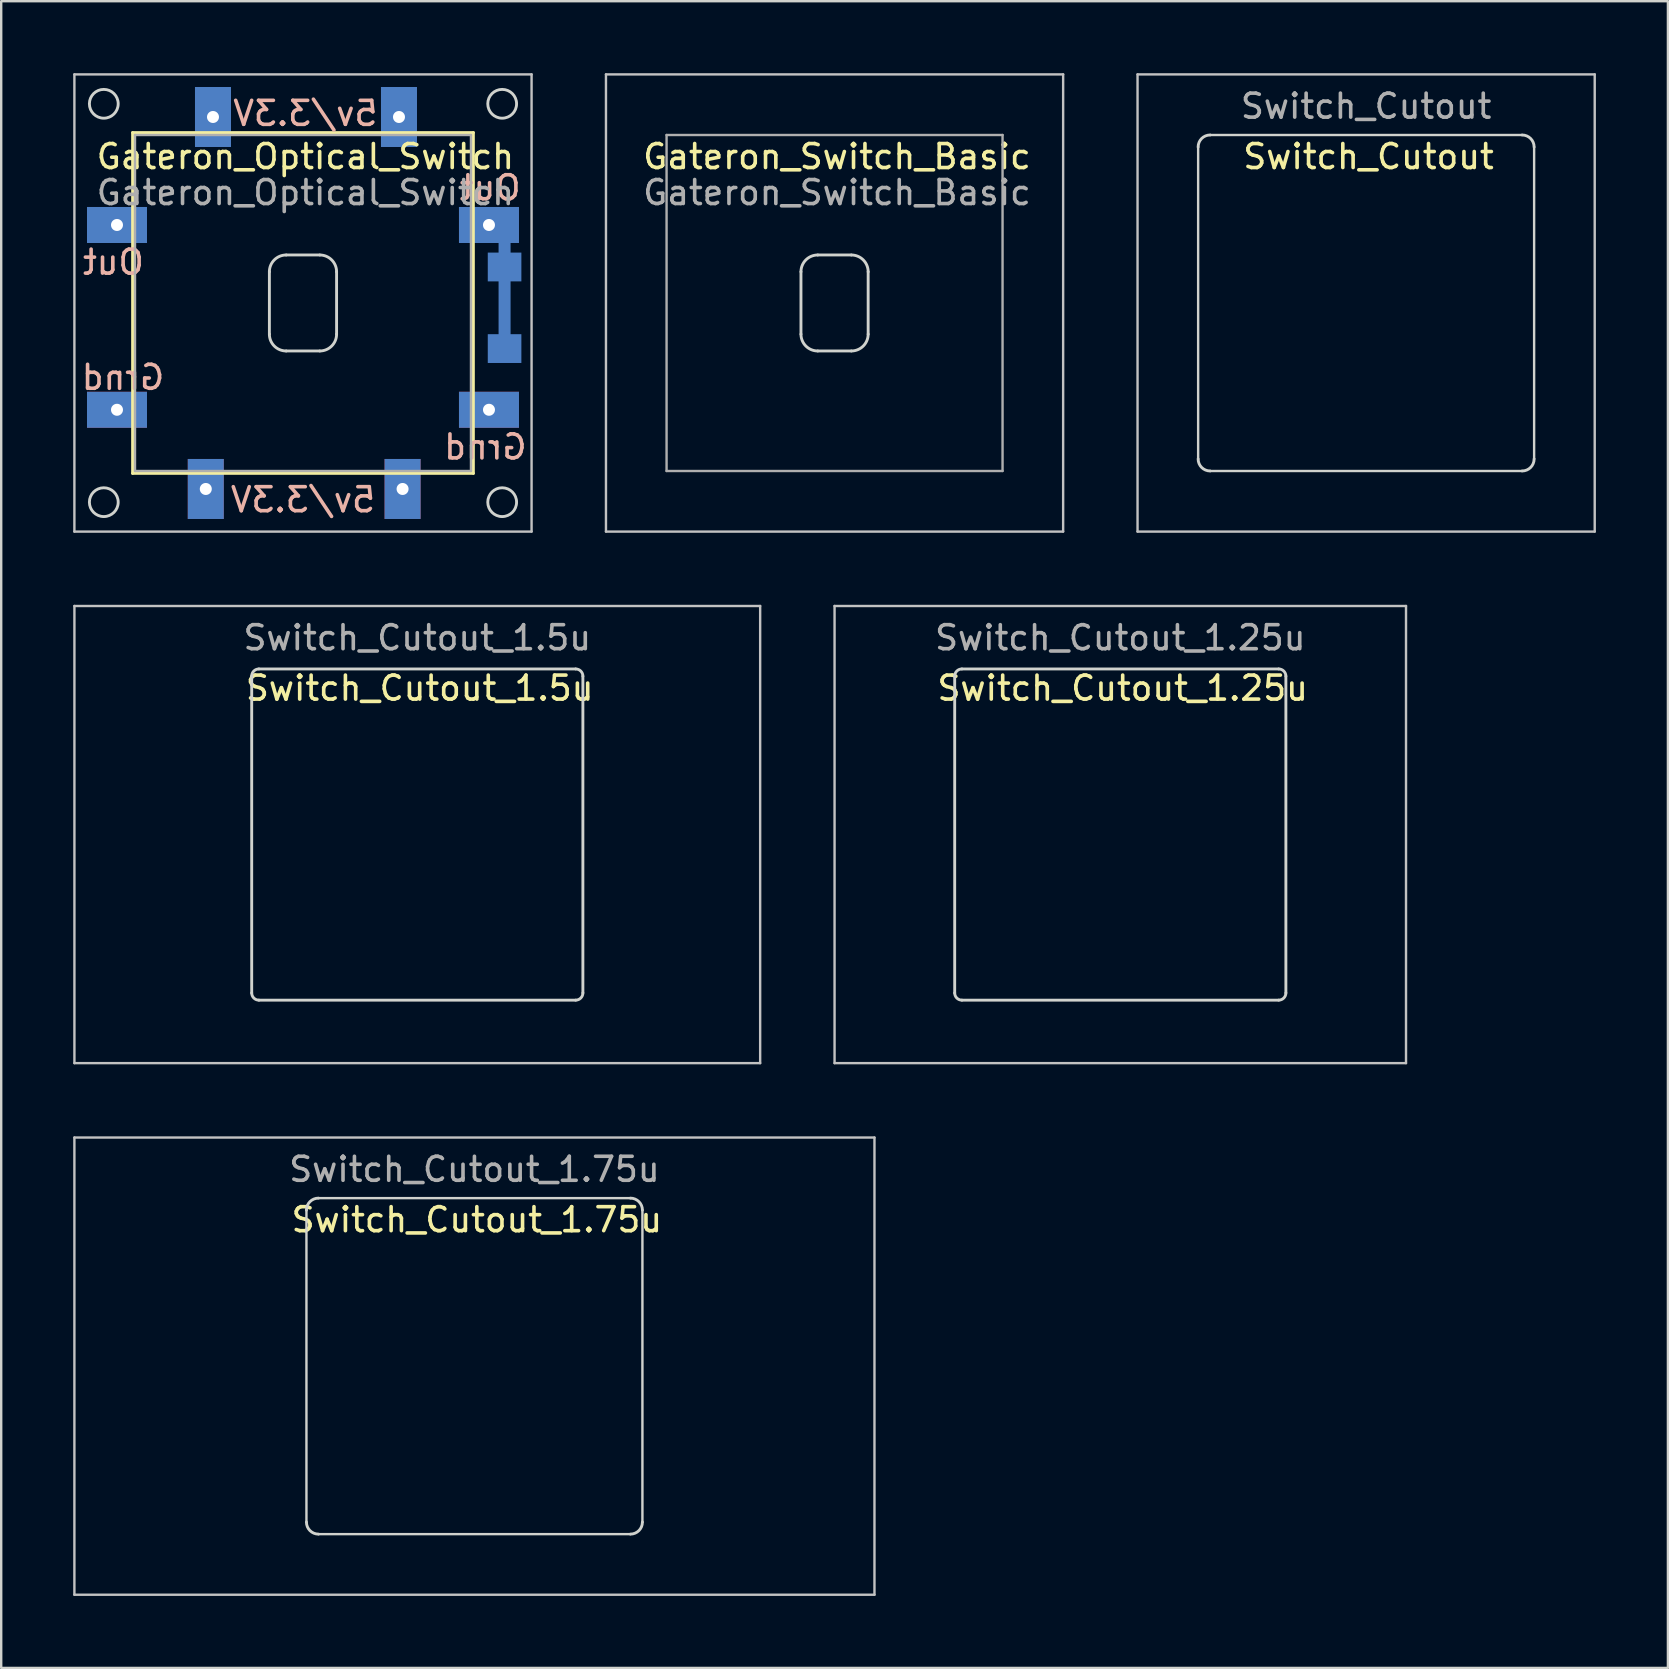
<source format=kicad_pcb>
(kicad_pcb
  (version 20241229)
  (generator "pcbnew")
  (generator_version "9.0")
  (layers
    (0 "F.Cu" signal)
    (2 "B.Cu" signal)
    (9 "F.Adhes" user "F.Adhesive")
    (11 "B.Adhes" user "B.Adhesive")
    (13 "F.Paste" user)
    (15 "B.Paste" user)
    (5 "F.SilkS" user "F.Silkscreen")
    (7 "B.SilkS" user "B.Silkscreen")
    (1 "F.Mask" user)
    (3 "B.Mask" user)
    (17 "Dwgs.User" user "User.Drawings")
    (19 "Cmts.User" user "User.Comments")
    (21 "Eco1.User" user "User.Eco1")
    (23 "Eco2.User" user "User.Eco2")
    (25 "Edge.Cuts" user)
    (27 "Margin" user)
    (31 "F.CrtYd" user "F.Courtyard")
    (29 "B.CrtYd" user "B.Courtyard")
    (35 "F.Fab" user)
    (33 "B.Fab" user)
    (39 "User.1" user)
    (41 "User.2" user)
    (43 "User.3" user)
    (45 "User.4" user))
  (footprint "Switch_Cutout_1.5u"
    (layer "F.Cu")
    (at 14.338 31.725)
    (property "Reference" "Switch_Cutout_1.5u" (at 0.1 -6.1 0) (layer "F.SilkS") (effects (font (size 1 1) (thickness 0.15))))
    (attr through_hole)
    (fp_line (start -14.287 -9.525) (end -14.287 9.525) (stroke (width 0.1) (type solid)) (layer "Dwgs.User"))
    (fp_line (start -14.287 9.525) (end 14.287 9.525) (stroke (width 0.1) (type solid)) (layer "Dwgs.User"))
    (fp_line (start 14.287 -9.525) (end -14.287 -9.525) (stroke (width 0.1) (type solid)) (layer "Dwgs.User"))
    (fp_line (start 14.287 9.525) (end 14.287 -9.525) (stroke (width 0.1) (type solid)) (layer "Dwgs.User"))
    (fp_line (start -6.9 -6.6) (end -6.9 6.6) (stroke (width 0.12) (type solid)) (layer "Edge.Cuts"))
    (fp_line (start -6.6 -6.9) (end 6.6 -6.9) (stroke (width 0.12) (type solid)) (layer "Edge.Cuts"))
    (fp_line (start -6.6 6.9) (end 6.6 6.9) (stroke (width 0.12) (type solid)) (layer "Edge.Cuts"))
    (fp_line (start 6.9 6.6) (end 6.9 -6.6) (stroke (width 0.12) (type solid)) (layer "Edge.Cuts"))
    (fp_arc (start -6.9 -6.6) (mid -6.812132 -6.812132) (end -6.6 -6.9) (stroke (width 0.12) (type solid)) (layer "Edge.Cuts"))
    (fp_arc (start -6.6 6.9) (mid -6.812132 6.812132) (end -6.9 6.6) (stroke (width 0.12) (type solid)) (layer "Edge.Cuts"))
    (fp_arc (start 6.6 -6.9) (mid 6.812132 -6.812132) (end 6.9 -6.6) (stroke (width 0.12) (type solid)) (layer "Edge.Cuts"))
    (fp_arc (start 6.9 6.6) (mid 6.812132 6.812132) (end 6.6 6.9) (stroke (width 0.12) (type solid)) (layer "Edge.Cuts"))
    (fp_text user "${REFERENCE}" (at 0 -8.2 0) (layer "F.Fab") (effects (font (size 1 1) (thickness 0.15)))))
  (footprint "Gateron_Switch_Basic"
    (layer "F.Cu")
    (at 31.725 9.575)
    (property "Reference" "Gateron_Switch_Basic" (at 0.1 -6.1 0) (layer "F.SilkS") (effects (font (size 1 1) (thickness 0.15))))
    (attr through_hole)
    (fp_line (start -9.525 -9.525) (end -9.525 9.525) (stroke (width 0.1) (type solid)) (layer "Dwgs.User"))
    (fp_line (start -9.525 9.525) (end 9.525 9.525) (stroke (width 0.1) (type solid)) (layer "Dwgs.User"))
    (fp_line (start 9.525 -9.525) (end -9.525 -9.525) (stroke (width 0.1) (type solid)) (layer "Dwgs.User"))
    (fp_line (start 9.525 9.525) (end 9.525 -9.525) (stroke (width 0.1) (type solid)) (layer "Dwgs.User"))
    (fp_line (start -7 -7) (end -7 7) (stroke (width 0.1) (type solid)) (layer "Eco1.User"))
    (fp_line (start -7 7) (end 7 7) (stroke (width 0.1) (type solid)) (layer "Eco1.User"))
    (fp_line (start 7 -7) (end -7 -7) (stroke (width 0.1) (type solid)) (layer "Eco1.User"))
    (fp_line (start 7 7) (end 7 -7) (stroke (width 0.1) (type solid)) (layer "Eco1.User"))
    (fp_line (start -1.4 1.3) (end -1.4 -1.3) (stroke (width 0.12) (type solid)) (layer "Edge.Cuts"))
    (fp_line (start -0.7 -2) (end 0.7 -2) (stroke (width 0.12) (type solid)) (layer "Edge.Cuts"))
    (fp_line (start 0.7 2) (end -0.7 2) (stroke (width 0.12) (type solid)) (layer "Edge.Cuts"))
    (fp_line (start 1.4 -1.3) (end 1.4 1.3) (stroke (width 0.12) (type solid)) (layer "Edge.Cuts"))
    (fp_arc (start -1.4 -1.3) (mid -1.194975 -1.794975) (end -0.7 -2) (stroke (width 0.12) (type solid)) (layer "Edge.Cuts"))
    (fp_arc (start -0.7 2) (mid -1.194975 1.794975) (end -1.4 1.3) (stroke (width 0.12) (type solid)) (layer "Edge.Cuts"))
    (fp_arc (start 0.7 -2) (mid 1.194975 -1.794975) (end 1.4 -1.3) (stroke (width 0.12) (type solid)) (layer "Edge.Cuts"))
    (fp_arc (start 1.4 1.3) (mid 1.194975 1.794975) (end 0.7 2) (stroke (width 0.12) (type solid)) (layer "Edge.Cuts"))
    (fp_line (start -7 -7) (end -7 7) (stroke (width 0.1) (type solid)) (layer "F.Fab"))
    (fp_line (start -7 7) (end 7 7) (stroke (width 0.1) (type solid)) (layer "F.Fab"))
    (fp_line (start 7 -7) (end -7 -7) (stroke (width 0.1) (type solid)) (layer "F.Fab"))
    (fp_line (start 7 7) (end 7 -7) (stroke (width 0.1) (type solid)) (layer "F.Fab"))
    (fp_text user "${REFERENCE}" (at 0.1 -4.6 0) (layer "F.Fab") (effects (font (size 1 1) (thickness 0.15)))))
  (footprint "Switch_Cutout"
    (layer "F.Cu")
    (at 53.875 9.575)
    (property "Reference" "Switch_Cutout" (at 0.1 -6.1 0) (layer "F.SilkS") (effects (font (size 1 1) (thickness 0.15))))
    (attr through_hole)
    (fp_line (start -9.525 -9.525) (end -9.525 9.525) (stroke (width 0.1) (type solid)) (layer "Dwgs.User"))
    (fp_line (start -9.525 9.525) (end 9.525 9.525) (stroke (width 0.1) (type solid)) (layer "Dwgs.User"))
    (fp_line (start 9.525 -9.525) (end -9.525 -9.525) (stroke (width 0.1) (type solid)) (layer "Dwgs.User"))
    (fp_line (start 9.525 9.525) (end 9.525 -9.525) (stroke (width 0.1) (type solid)) (layer "Dwgs.User"))
    (fp_line (start -7 -6.5) (end -7 6.5) (stroke (width 0.1) (type solid)) (layer "Edge.Cuts"))
    (fp_line (start -6.5 7) (end 6.5 7) (stroke (width 0.1) (type solid)) (layer "Edge.Cuts"))
    (fp_line (start 6.5 -7) (end -6.5 -7) (stroke (width 0.1) (type solid)) (layer "Edge.Cuts"))
    (fp_line (start 7 6.5) (end 7 -6.5) (stroke (width 0.1) (type solid)) (layer "Edge.Cuts"))
    (fp_arc (start -7 -6.5) (mid -6.853553 -6.853553) (end -6.5 -7) (stroke (width 0.12) (type solid)) (layer "Edge.Cuts"))
    (fp_arc (start -6.5 7) (mid -6.853553 6.853553) (end -7 6.5) (stroke (width 0.12) (type solid)) (layer "Edge.Cuts"))
    (fp_arc (start 6.5 -7) (mid 6.853553 -6.853553) (end 7 -6.5) (stroke (width 0.12) (type solid)) (layer "Edge.Cuts"))
    (fp_arc (start 7 6.5) (mid 6.853553 6.853553) (end 6.5 7) (stroke (width 0.12) (type solid)) (layer "Edge.Cuts"))
    (fp_text user "${REFERENCE}" (at 0 -8.2 0) (layer "F.Fab") (effects (font (size 1 1) (thickness 0.15)))))
  (footprint "Switch_Cutout_1.25u"
    (layer "F.Cu")
    (at 43.631 31.725)
    (property "Reference" "Switch_Cutout_1.25u" (at 0.1 -6.1 0) (layer "F.SilkS") (effects (font (size 1 1) (thickness 0.15))))
    (attr through_hole)
    (fp_line (start -11.906 -9.525) (end -11.906 9.525) (stroke (width 0.1) (type solid)) (layer "Dwgs.User"))
    (fp_line (start -11.906 9.525) (end 11.906 9.525) (stroke (width 0.1) (type solid)) (layer "Dwgs.User"))
    (fp_line (start 11.906 -9.525) (end -11.906 -9.525) (stroke (width 0.1) (type solid)) (layer "Dwgs.User"))
    (fp_line (start 11.906 9.525) (end 11.906 -9.525) (stroke (width 0.1) (type solid)) (layer "Dwgs.User"))
    (fp_line (start -6.9 -6.6) (end -6.9 6.6) (stroke (width 0.12) (type solid)) (layer "Edge.Cuts"))
    (fp_line (start -6.6 -6.9) (end 6.6 -6.9) (stroke (width 0.12) (type solid)) (layer "Edge.Cuts"))
    (fp_line (start -6.6 6.9) (end 6.6 6.9) (stroke (width 0.12) (type solid)) (layer "Edge.Cuts"))
    (fp_line (start 6.9 6.6) (end 6.9 -6.6) (stroke (width 0.12) (type solid)) (layer "Edge.Cuts"))
    (fp_arc (start -6.9 -6.6) (mid -6.812132 -6.812132) (end -6.6 -6.9) (stroke (width 0.12) (type solid)) (layer "Edge.Cuts"))
    (fp_arc (start -6.6 6.9) (mid -6.812132 6.812132) (end -6.9 6.6) (stroke (width 0.12) (type solid)) (layer "Edge.Cuts"))
    (fp_arc (start 6.6 -6.9) (mid 6.812132 -6.812132) (end 6.9 -6.6) (stroke (width 0.12) (type solid)) (layer "Edge.Cuts"))
    (fp_arc (start 6.9 6.6) (mid 6.812132 6.812132) (end 6.6 6.9) (stroke (width 0.12) (type solid)) (layer "Edge.Cuts"))
    (fp_text user "${REFERENCE}" (at 0 -8.2 0) (layer "F.Fab") (effects (font (size 1 1) (thickness 0.15)))))
  (footprint "Gateron_Optical_Switch"
    (layer "F.Cu")
    (at 9.575 9.575)
    (property "Reference" "Gateron_Optical_Switch" (at 0.1 -6.1 0) (layer "F.SilkS") (effects (font (size 1 1) (thickness 0.15))))
    (attr through_hole)
    (fp_line (start -7.1 -7.1) (end -7.1 7.1) (stroke (width 0.12) (type solid)) (layer "F.SilkS"))
    (fp_line (start -7.1 7.1) (end 7.1 7.1) (stroke (width 0.12) (type solid)) (layer "F.SilkS"))
    (fp_line (start 7.1 -7.1) (end -7.1 -7.1) (stroke (width 0.12) (type solid)) (layer "F.SilkS"))
    (fp_line (start 7.1 7.1) (end 7.1 -7.1) (stroke (width 0.12) (type solid)) (layer "F.SilkS"))
    (fp_line (start -9.525 -9.525) (end -9.525 9.525) (stroke (width 0.1) (type solid)) (layer "Dwgs.User"))
    (fp_line (start -9.525 9.525) (end 9.525 9.525) (stroke (width 0.1) (type solid)) (layer "Dwgs.User"))
    (fp_line (start 9.525 -9.525) (end -9.525 -9.525) (stroke (width 0.1) (type solid)) (layer "Dwgs.User"))
    (fp_line (start 9.525 9.525) (end 9.525 -9.525) (stroke (width 0.1) (type solid)) (layer "Dwgs.User"))
    (fp_line (start -7 -7) (end -7 7) (stroke (width 0.1) (type solid)) (layer "Eco1.User"))
    (fp_line (start -7 7) (end 7 7) (stroke (width 0.1) (type solid)) (layer "Eco1.User"))
    (fp_line (start 7 -7) (end -7 -7) (stroke (width 0.1) (type solid)) (layer "Eco1.User"))
    (fp_line (start 7 7) (end 7 -7) (stroke (width 0.1) (type solid)) (layer "Eco1.User"))
    (fp_line (start -1.4 1.3) (end -1.4 -1.3) (stroke (width 0.12) (type solid)) (layer "Edge.Cuts"))
    (fp_line (start -0.7 -2) (end 0.7 -2) (stroke (width 0.12) (type solid)) (layer "Edge.Cuts"))
    (fp_line (start 0.7 2) (end -0.7 2) (stroke (width 0.12) (type solid)) (layer "Edge.Cuts"))
    (fp_line (start 1.4 -1.3) (end 1.4 1.3) (stroke (width 0.12) (type solid)) (layer "Edge.Cuts"))
    (fp_arc (start -1.4 -1.3) (mid -1.194975 -1.794975) (end -0.7 -2) (stroke (width 0.12) (type solid)) (layer "Edge.Cuts"))
    (fp_arc (start -0.7 2) (mid -1.194975 1.794975) (end -1.4 1.3) (stroke (width 0.12) (type solid)) (layer "Edge.Cuts"))
    (fp_arc (start 0.7 -2) (mid 1.194975 -1.794975) (end 1.4 -1.3) (stroke (width 0.12) (type solid)) (layer "Edge.Cuts"))
    (fp_arc (start 1.4 1.3) (mid 1.194975 1.794975) (end 0.7 2) (stroke (width 0.12) (type solid)) (layer "Edge.Cuts"))
    (fp_circle (center -8.3 -8.3) (end -7.7 -8.3) (stroke (width 0.12) (type solid)) (fill no) (layer "Edge.Cuts"))
    (fp_circle (center -8.3 8.3) (end -7.7 8.3) (stroke (width 0.12) (type solid)) (fill no) (layer "Edge.Cuts"))
    (fp_circle (center 8.3 -8.3) (end 8.9 -8.3) (stroke (width 0.12) (type solid)) (fill no) (layer "Edge.Cuts"))
    (fp_circle (center 8.3 8.3) (end 8.9 8.3) (stroke (width 0.12) (type solid)) (fill no) (layer "Edge.Cuts"))
    (fp_line (start -7 -7) (end -7 7) (stroke (width 0.1) (type solid)) (layer "F.Fab"))
    (fp_line (start -7 7) (end 7 7) (stroke (width 0.1) (type solid)) (layer "F.Fab"))
    (fp_line (start 7 -7) (end -7 -7) (stroke (width 0.1) (type solid)) (layer "F.Fab"))
    (fp_line (start 7 7) (end 7 -7) (stroke (width 0.1) (type solid)) (layer "F.Fab"))
    (fp_text user "Out" (at 7.8 -4.8 0) (unlocked yes) (layer "B.SilkS") (effects (font (size 1 1) (thickness 0.15)) (justify mirror)))
    (fp_text user "5v/3.3V" (at 0.1 -7.9 0) (unlocked yes) (layer "B.SilkS") (effects (font (size 1 1) (thickness 0.15)) (justify mirror)))
    (fp_text user "Grnd" (at 7.6 6 0) (unlocked yes) (layer "B.SilkS") (effects (font (size 1 1) (thickness 0.15)) (justify mirror)))
    (fp_text user "Out" (at -7.9 -1.7 0) (unlocked yes) (layer "B.SilkS") (effects (font (size 1 1) (thickness 0.15)) (justify mirror)))
    (fp_text user "Grnd" (at -7.5 3.1 0) (unlocked yes) (layer "B.SilkS") (effects (font (size 1 1) (thickness 0.15)) (justify mirror)))
    (fp_text user "5v/3.3V" (at 0 8.2 0) (unlocked yes) (layer "B.SilkS") (effects (font (size 1 1) (thickness 0.15)) (justify mirror)))
    (fp_text user "${REFERENCE}" (at 0.1 -4.6 0) (layer "F.Fab") (effects (font (size 1 1) (thickness 0.15))))
    (pad "1" thru_hole rect (at 7.75 4.45) (size 2.5 1.5) (drill 0.5) (layers "*.Cu" "*.Mask"))
    (pad "2" thru_hole rect (at 7.75 -3.25) (size 2.5 1.5) (drill 0.5) (layers "*.Cu" "*.Mask"))
    (pad "2" smd rect (at 8.4 -2.3) (size 0.5 0.7) (layers "B.Cu" "B.Mask" "B.Paste"))
    (pad "2" smd rect (at 8.4 -1.5) (size 1.4 1.2) (layers "B.Cu" "B.Mask" "B.Paste"))
    (pad "2" smd rect (at 8.4 0.2) (size 0.5 2.7) (layers "B.Cu" "B.Mask" "B.Paste"))
    (pad "2" smd rect (at 8.4 1.9) (size 1.4 1.2) (layers "B.Cu" "B.Mask" "B.Paste"))
    (pad "3" thru_hole rect (at -7.75 4.45) (size 2.5 1.5) (drill 0.5) (layers "*.Cu" "*.Mask"))
    (pad "4" thru_hole rect (at -7.75 -3.25) (size 2.5 1.5) (drill 0.5) (layers "*.Cu" "*.Mask"))
    (pad "5" thru_hole rect (at 4.15 7.75) (size 1.5 2.5) (drill 0.5) (layers "*.Cu" "*.Mask"))
    (pad "6" thru_hole rect (at -4.05 7.75) (size 1.5 2.5) (drill 0.5) (layers "*.Cu" "*.Mask"))
    (pad "7" thru_hole rect (at 4 -7.75) (size 1.5 2.5) (drill 0.5) (layers "*.Cu" "*.Mask"))
    (pad "8" thru_hole rect (at -3.75 -7.75) (size 1.5 2.5) (drill 0.5) (layers "*.Cu" "*.Mask")))
  (footprint "Switch_Cutout_1.75u"
    (layer "F.Cu")
    (at 16.719 53.875)
    (property "Reference" "Switch_Cutout_1.75u" (at 0.1 -6.1 0) (layer "F.SilkS") (effects (font (size 1 1) (thickness 0.15))))
    (attr through_hole)
    (fp_line (start -16.669 -9.525) (end -16.669 9.525) (stroke (width 0.1) (type solid)) (layer "Dwgs.User"))
    (fp_line (start -16.669 9.525) (end 16.669 9.525) (stroke (width 0.1) (type solid)) (layer "Dwgs.User"))
    (fp_line (start 16.669 -9.525) (end -16.669 -9.525) (stroke (width 0.1) (type solid)) (layer "Dwgs.User"))
    (fp_line (start 16.669 9.525) (end 16.669 -9.525) (stroke (width 0.1) (type solid)) (layer "Dwgs.User"))
    (fp_line (start -7 -6.5) (end -7 6.5) (stroke (width 0.1) (type solid)) (layer "Edge.Cuts"))
    (fp_line (start -6.5 7) (end 6.5 7) (stroke (width 0.1) (type solid)) (layer "Edge.Cuts"))
    (fp_line (start 6.5 -7) (end -6.5 -7) (stroke (width 0.1) (type solid)) (layer "Edge.Cuts"))
    (fp_line (start 7 6.5) (end 7 -6.5) (stroke (width 0.1) (type solid)) (layer "Edge.Cuts"))
    (fp_arc (start -7 -6.5) (mid -6.853553 -6.853553) (end -6.5 -7) (stroke (width 0.12) (type solid)) (layer "Edge.Cuts"))
    (fp_arc (start -6.5 7) (mid -6.853553 6.853553) (end -7 6.5) (stroke (width 0.12) (type solid)) (layer "Edge.Cuts"))
    (fp_arc (start 6.5 -7) (mid 6.853553 -6.853553) (end 7 -6.5) (stroke (width 0.12) (type solid)) (layer "Edge.Cuts"))
    (fp_arc (start 7 6.5) (mid 6.853553 6.853553) (end 6.5 7) (stroke (width 0.12) (type solid)) (layer "Edge.Cuts"))
    (fp_text user "${REFERENCE}" (at 0 -8.2 0) (layer "F.Fab") (effects (font (size 1 1) (thickness 0.15)))))
  (gr_rect
    (start -3 -3)
    (end 66.45 66.45)
    (stroke (width 0.1) (type default))
    (fill no)
    (layer "Edge.Cuts")))
</source>
